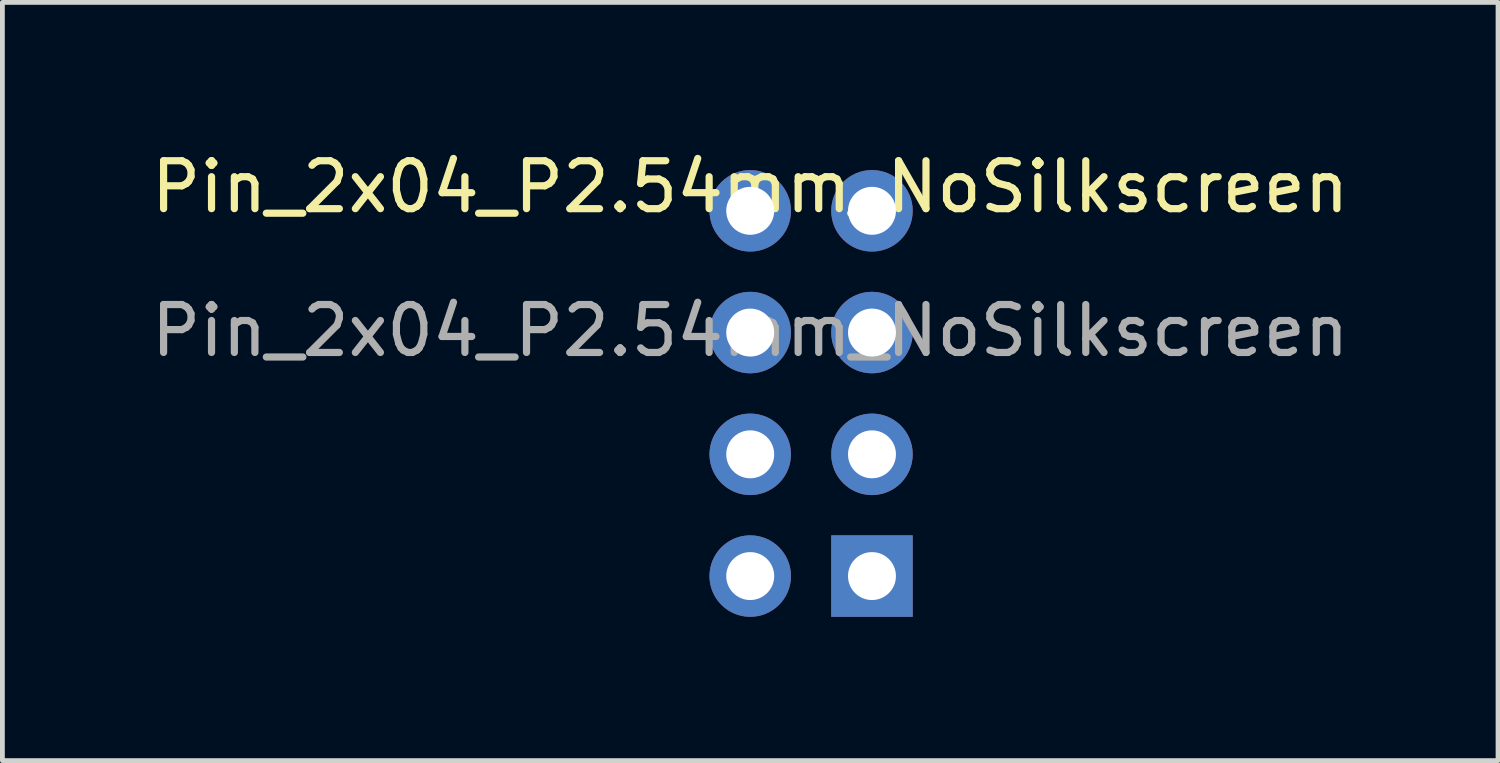
<source format=kicad_pcb>
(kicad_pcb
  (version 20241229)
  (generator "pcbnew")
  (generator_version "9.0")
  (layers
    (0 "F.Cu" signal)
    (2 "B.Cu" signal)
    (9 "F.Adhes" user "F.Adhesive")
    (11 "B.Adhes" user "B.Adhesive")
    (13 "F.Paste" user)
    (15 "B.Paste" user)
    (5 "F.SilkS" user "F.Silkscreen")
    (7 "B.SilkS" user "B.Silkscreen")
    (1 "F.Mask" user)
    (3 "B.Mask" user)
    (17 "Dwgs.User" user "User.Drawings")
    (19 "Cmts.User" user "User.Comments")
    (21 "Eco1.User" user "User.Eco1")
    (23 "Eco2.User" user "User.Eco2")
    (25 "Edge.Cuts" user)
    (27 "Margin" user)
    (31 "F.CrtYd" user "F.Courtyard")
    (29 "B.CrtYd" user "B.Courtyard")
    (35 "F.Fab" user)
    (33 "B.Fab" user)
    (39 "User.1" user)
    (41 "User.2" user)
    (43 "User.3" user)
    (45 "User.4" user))
  (footprint "Pin_2x04_P2.54mm_NoSilkscreen"
    (layer "F.Cu")
    (at 12.601 1.348)
    (property "Reference" "Pin_2x04_P2.54mm_NoSilkscreen" (at 0 -0.5 0) (unlocked yes) (layer "F.SilkS") (effects (font (size 1 1) (thickness 0.15))))
    (attr through_hole)
    (fp_text user "${REFERENCE}" (at 0 2.5 0) (unlocked yes) (layer "F.Fab") (effects (font (size 1 1) (thickness 0.15))))
    (pad "1" thru_hole circle (at 0 0) (size 1.7 1.7) (drill 1) (layers "*.Cu" "*.Mask"))
    (pad "2" thru_hole circle (at 0 2.54) (size 1.7 1.7) (drill 1) (layers "*.Cu" "*.Mask"))
    (pad "3" thru_hole circle (at 0 5.08) (size 1.7 1.7) (drill 1) (layers "*.Cu" "*.Mask"))
    (pad "4" thru_hole circle (at 0 7.62) (size 1.7 1.7) (drill 1) (layers "*.Cu" "*.Mask"))
    (pad "5" thru_hole circle (at 2.54 0) (size 1.7 1.7) (drill 1) (layers "*.Cu" "*.Mask"))
    (pad "6" thru_hole circle (at 2.54 2.54) (size 1.7 1.7) (drill 1) (layers "*.Cu" "*.Mask"))
    (pad "7" thru_hole circle (at 2.54 5.08) (size 1.7 1.7) (drill 1) (layers "*.Cu" "*.Mask"))
    (pad "8" thru_hole rect (at 2.54 7.62) (size 1.7 1.7) (drill 1) (layers "*.Cu" "*.Mask")))
  (gr_rect
    (start -3 -3)
    (end 28.202 12.818)
    (stroke (width 0.1) (type default))
    (fill no)
    (layer "Edge.Cuts")))
</source>
